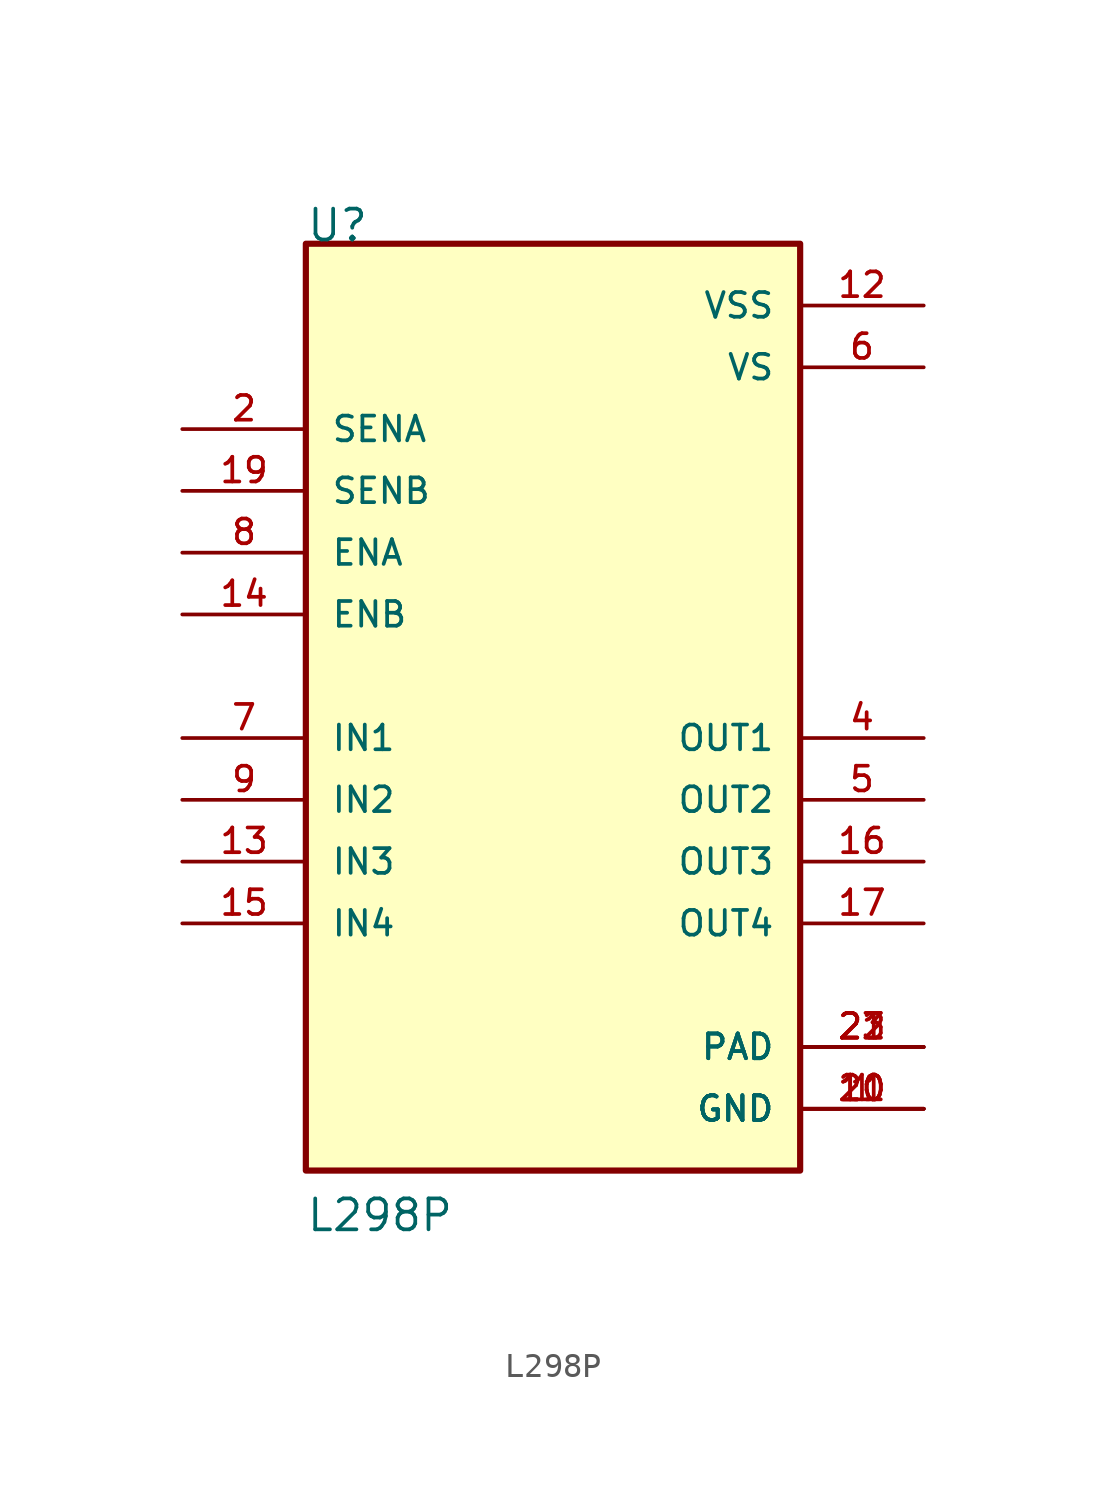
<source format=kicad_sym>
(kicad_symbol_lib
  (version 20211014)
  (generator kicad_symbol_editor)
  (symbol "L298P"
    (pin_names
      (offset 1.016))
    (property "Reference" "U"
      (at -10.166 17.79 0)
      (effects (font (size 1.27 1.27)) (justify bottom left)))
    (property "Value" "L298P"
      (at -10.177 -22.899 0)
      (effects (font (size 1.27 1.27)) (justify bottom left)))
    (symbol "L298P_0_0"
      (rectangle (start -10.16 -20.32) (end 10.16 17.78) (stroke (width 0.254)) (fill (type background)))
      (pin passive line (at 15.24 -17.78 180.0) (length 5.08) (name "GND" (effects (font (size 1.016 1.016)))) (number "1" (effects (font (size 1.016 1.016)))))
      (pin passive line (at 15.24 -17.78 180.0) (length 5.08) (name "GND" (effects (font (size 1.016 1.016)))) (number "10" (effects (font (size 1.016 1.016)))))
      (pin passive line (at 15.24 -17.78 180.0) (length 5.08) (name "GND" (effects (font (size 1.016 1.016)))) (number "11" (effects (font (size 1.016 1.016)))))
      (pin passive line (at 15.24 -17.78 180.0) (length 5.08) (name "GND" (effects (font (size 1.016 1.016)))) (number "20" (effects (font (size 1.016 1.016)))))
      (pin input line (at -15.24 10.16 0) (length 5.08) (name "SENA" (effects (font (size 1.016 1.016)))) (number "2" (effects (font (size 1.016 1.016)))))
      (pin output line (at 15.24 -2.54 180.0) (length 5.08) (name "OUT1" (effects (font (size 1.016 1.016)))) (number "4" (effects (font (size 1.016 1.016)))))
      (pin output line (at 15.24 -5.08 180.0) (length 5.08) (name "OUT2" (effects (font (size 1.016 1.016)))) (number "5" (effects (font (size 1.016 1.016)))))
      (pin power_in line (at 15.24 12.7 180.0) (length 5.08) (name "VS" (effects (font (size 1.016 1.016)))) (number "6" (effects (font (size 1.016 1.016)))))
      (pin input line (at -15.24 -2.54 0) (length 5.08) (name "IN1" (effects (font (size 1.016 1.016)))) (number "7" (effects (font (size 1.016 1.016)))))
      (pin input line (at -15.24 5.08 0) (length 5.08) (name "ENA" (effects (font (size 1.016 1.016)))) (number "8" (effects (font (size 1.016 1.016)))))
      (pin input line (at -15.24 -5.08 0) (length 5.08) (name "IN2" (effects (font (size 1.016 1.016)))) (number "9" (effects (font (size 1.016 1.016)))))
      (pin power_in line (at 15.24 15.24 180.0) (length 5.08) (name "VSS" (effects (font (size 1.016 1.016)))) (number "12" (effects (font (size 1.016 1.016)))))
      (pin input line (at -15.24 -7.62 0) (length 5.08) (name "IN3" (effects (font (size 1.016 1.016)))) (number "13" (effects (font (size 1.016 1.016)))))
      (pin input line (at -15.24 2.54 0) (length 5.08) (name "ENB" (effects (font (size 1.016 1.016)))) (number "14" (effects (font (size 1.016 1.016)))))
      (pin input line (at -15.24 -10.16 0) (length 5.08) (name "IN4" (effects (font (size 1.016 1.016)))) (number "15" (effects (font (size 1.016 1.016)))))
      (pin output line (at 15.24 -7.62 180.0) (length 5.08) (name "OUT3" (effects (font (size 1.016 1.016)))) (number "16" (effects (font (size 1.016 1.016)))))
      (pin output line (at 15.24 -10.16 180.0) (length 5.08) (name "OUT4" (effects (font (size 1.016 1.016)))) (number "17" (effects (font (size 1.016 1.016)))))
      (pin input line (at -15.24 7.62 0) (length 5.08) (name "SENB" (effects (font (size 1.016 1.016)))) (number "19" (effects (font (size 1.016 1.016)))))
      (pin passive line (at 15.24 -15.24 180.0) (length 5.08) (name "PAD" (effects (font (size 1.016 1.016)))) (number "21" (effects (font (size 1.016 1.016)))))
      (pin passive line (at 15.24 -15.24 180.0) (length 5.08) (name "PAD" (effects (font (size 1.016 1.016)))) (number "22" (effects (font (size 1.016 1.016)))))
      (pin passive line (at 15.24 -15.24 180.0) (length 5.08) (name "PAD" (effects (font (size 1.016 1.016)))) (number "23" (effects (font (size 1.016 1.016))))))))
</source>
